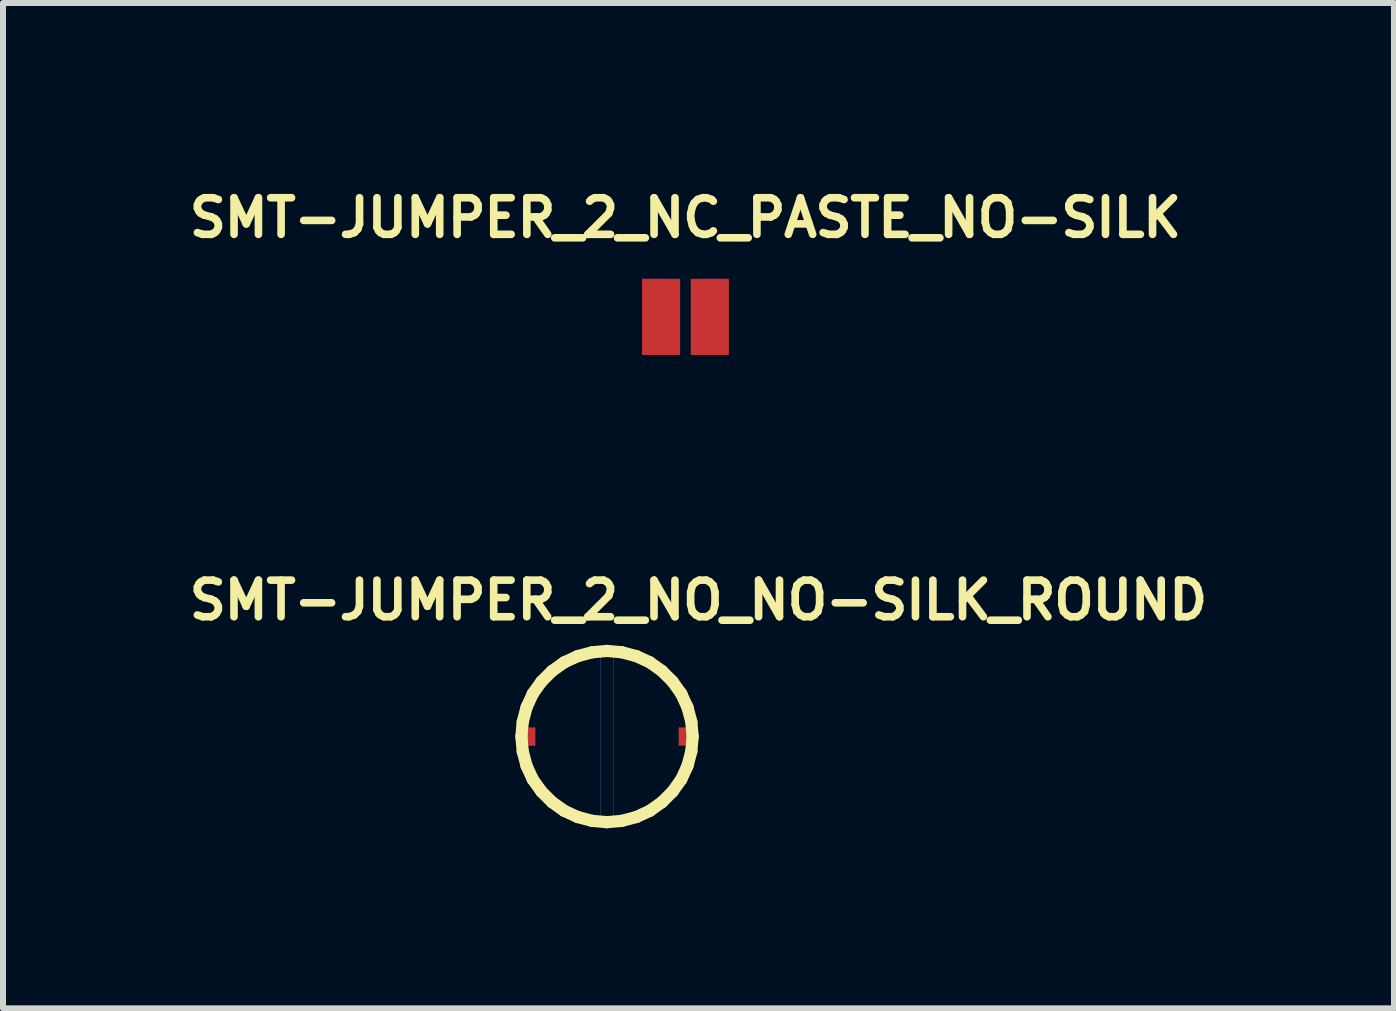
<source format=kicad_pcb>
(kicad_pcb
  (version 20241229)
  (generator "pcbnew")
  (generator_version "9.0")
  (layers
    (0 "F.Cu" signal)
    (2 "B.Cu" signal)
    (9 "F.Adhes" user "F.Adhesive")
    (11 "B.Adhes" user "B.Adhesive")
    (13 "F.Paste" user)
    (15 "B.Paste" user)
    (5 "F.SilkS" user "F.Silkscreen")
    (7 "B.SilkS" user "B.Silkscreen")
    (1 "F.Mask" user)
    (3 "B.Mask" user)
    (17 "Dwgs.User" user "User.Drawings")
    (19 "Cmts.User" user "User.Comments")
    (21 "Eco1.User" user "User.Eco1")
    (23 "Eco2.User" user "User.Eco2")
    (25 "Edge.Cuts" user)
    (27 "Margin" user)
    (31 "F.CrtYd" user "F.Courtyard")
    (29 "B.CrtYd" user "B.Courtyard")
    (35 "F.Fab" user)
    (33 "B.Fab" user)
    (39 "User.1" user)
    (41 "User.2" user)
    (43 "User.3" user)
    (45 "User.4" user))
  (footprint "SMT-JUMPER_2_NC_PASTE_NO-SILK"
    (layer "F.Cu")
    (at 8.374 2.231)
    (property "Reference" "SMT-JUMPER_2_NC_PASTE_NO-SILK" (at 0 -1.651 0) (layer "F.SilkS") (effects (font (size 0.61 0.61) (thickness 0.127))))
    (attr smd)
    (fp_line (start -1.016 -0.889) (end 1.016 -0.889) (stroke (width 0.508) (type solid)) (layer "F.Paste"))
    (fp_line (start -1.016 -0.381) (end 1.016 -0.381) (stroke (width 0.508) (type solid)) (layer "F.Paste"))
    (fp_line (start -1.016 0.127) (end 1.016 0.127) (stroke (width 0.508) (type solid)) (layer "F.Paste"))
    (fp_line (start -1.016 0.635) (end 1.016 0.635) (stroke (width 0.508) (type solid)) (layer "F.Paste"))
    (fp_line (start -1.016 0.889) (end -1.016 -0.889) (stroke (width 0.508) (type solid)) (layer "F.Paste"))
    (fp_line (start 1.016 -0.889) (end 1.016 0.889) (stroke (width 0.508) (type solid)) (layer "F.Paste"))
    (fp_line (start 1.016 0.889) (end -1.016 0.889) (stroke (width 0.508) (type solid)) (layer "F.Paste"))
    (pad "1" smd rect (at -0.406 0) (size 0.635 1.27) (layers "F.Cu" "F.Mask" "F.Paste"))
    (pad "2" smd rect (at 0.406 0) (size 0.635 1.27) (layers "F.Cu" "F.Mask" "F.Paste")))
  (footprint "SMT-JUMPER_2_NO_NO-SILK_ROUND"
    (layer "F.Cu")
    (at 7.067 9.226)
    (property "Reference" "SMT-JUMPER_2_NO_NO-SILK_ROUND" (at 1.524 -2.273 0) (layer "F.SilkS") (effects (font (size 0.61 0.61) (thickness 0.127))))
    (attr smd)
    (fp_line (start -1.379 0) (end -1.364 -0.231) (stroke (width 0.005) (type solid)) (layer "B.Cu"))
    (fp_line (start -1.364 -0.231) (end -1.311 -0.457) (stroke (width 0.005) (type solid)) (layer "B.Cu"))
    (fp_line (start -1.364 0.231) (end -1.379 0) (stroke (width 0.005) (type solid)) (layer "B.Cu"))
    (fp_line (start -1.311 -0.457) (end -1.222 -0.673) (stroke (width 0.005) (type solid)) (layer "B.Cu"))
    (fp_line (start -1.311 0.457) (end -1.364 0.231) (stroke (width 0.005) (type solid)) (layer "B.Cu"))
    (fp_line (start -1.222 -0.673) (end -1.097 -0.869) (stroke (width 0.005) (type solid)) (layer "B.Cu"))
    (fp_line (start -1.222 0.673) (end -1.311 0.457) (stroke (width 0.005) (type solid)) (layer "B.Cu"))
    (fp_line (start -1.097 -0.869) (end -0.942 -1.044) (stroke (width 0.005) (type solid)) (layer "B.Cu"))
    (fp_line (start -1.097 0.869) (end -1.222 0.673) (stroke (width 0.005) (type solid)) (layer "B.Cu"))
    (fp_line (start -0.942 -1.044) (end -0.759 -1.191) (stroke (width 0.005) (type solid)) (layer "B.Cu"))
    (fp_line (start -0.942 1.044) (end -1.097 0.869) (stroke (width 0.005) (type solid)) (layer "B.Cu"))
    (fp_line (start -0.759 -1.191) (end -0.559 -1.306) (stroke (width 0.005) (type solid)) (layer "B.Cu"))
    (fp_line (start -0.759 1.191) (end -0.942 1.044) (stroke (width 0.005) (type solid)) (layer "B.Cu"))
    (fp_line (start -0.559 -1.306) (end -0.338 -1.384) (stroke (width 0.005) (type solid)) (layer "B.Cu"))
    (fp_line (start -0.559 1.306) (end -0.759 1.191) (stroke (width 0.005) (type solid)) (layer "B.Cu"))
    (fp_line (start -0.338 -1.384) (end -0.109 -1.427) (stroke (width 0.005) (type solid)) (layer "B.Cu"))
    (fp_line (start -0.338 1.384) (end -0.559 1.306) (stroke (width 0.005) (type solid)) (layer "B.Cu"))
    (fp_line (start -0.109 -1.427) (end -0.109 1.427) (stroke (width 0.005) (type solid)) (layer "B.Cu"))
    (fp_line (start -0.109 1.427) (end -0.338 1.384) (stroke (width 0.005) (type solid)) (layer "B.Cu"))
    (fp_line (start 0.109 -1.427) (end 0.109 1.427) (stroke (width 0.005) (type solid)) (layer "B.Cu"))
    (fp_line (start 0.109 1.427) (end 0.338 1.384) (stroke (width 0.005) (type solid)) (layer "B.Cu"))
    (fp_line (start 0.338 -1.384) (end 0.109 -1.427) (stroke (width 0.005) (type solid)) (layer "B.Cu"))
    (fp_line (start 0.338 1.384) (end 0.559 1.306) (stroke (width 0.005) (type solid)) (layer "B.Cu"))
    (fp_line (start 0.559 -1.306) (end 0.338 -1.384) (stroke (width 0.005) (type solid)) (layer "B.Cu"))
    (fp_line (start 0.559 1.306) (end 0.759 1.191) (stroke (width 0.005) (type solid)) (layer "B.Cu"))
    (fp_line (start 0.759 -1.191) (end 0.559 -1.306) (stroke (width 0.005) (type solid)) (layer "B.Cu"))
    (fp_line (start 0.759 1.191) (end 0.942 1.044) (stroke (width 0.005) (type solid)) (layer "B.Cu"))
    (fp_line (start 0.942 -1.044) (end 0.759 -1.191) (stroke (width 0.005) (type solid)) (layer "B.Cu"))
    (fp_line (start 0.942 1.044) (end 1.097 0.869) (stroke (width 0.005) (type solid)) (layer "B.Cu"))
    (fp_line (start 1.097 -0.869) (end 0.942 -1.044) (stroke (width 0.005) (type solid)) (layer "B.Cu"))
    (fp_line (start 1.097 0.869) (end 1.222 0.673) (stroke (width 0.005) (type solid)) (layer "B.Cu"))
    (fp_line (start 1.222 -0.673) (end 1.097 -0.869) (stroke (width 0.005) (type solid)) (layer "B.Cu"))
    (fp_line (start 1.222 0.673) (end 1.311 0.457) (stroke (width 0.005) (type solid)) (layer "B.Cu"))
    (fp_line (start 1.311 -0.457) (end 1.222 -0.673) (stroke (width 0.005) (type solid)) (layer "B.Cu"))
    (fp_line (start 1.311 0.457) (end 1.364 0.231) (stroke (width 0.005) (type solid)) (layer "B.Cu"))
    (fp_line (start 1.364 -0.231) (end 1.311 -0.457) (stroke (width 0.005) (type solid)) (layer "B.Cu"))
    (fp_line (start 1.364 0.231) (end 1.379 0) (stroke (width 0.005) (type solid)) (layer "B.Cu"))
    (fp_line (start 1.379 0) (end 1.364 -0.231) (stroke (width 0.005) (type solid)) (layer "B.Cu"))
    (fp_line (start -1.427 0) (end -1.405 -0.246) (stroke (width 0.203) (type solid)) (layer "F.SilkS"))
    (fp_line (start -1.405 -0.246) (end -1.341 -0.488) (stroke (width 0.203) (type solid)) (layer "F.SilkS"))
    (fp_line (start -1.405 0.246) (end -1.427 0) (stroke (width 0.203) (type solid)) (layer "F.SilkS"))
    (fp_line (start -1.341 -0.488) (end -1.237 -0.714) (stroke (width 0.203) (type solid)) (layer "F.SilkS"))
    (fp_line (start -1.341 0.488) (end -1.405 0.246) (stroke (width 0.203) (type solid)) (layer "F.SilkS"))
    (fp_line (start -1.237 -0.714) (end -1.092 -0.917) (stroke (width 0.203) (type solid)) (layer "F.SilkS"))
    (fp_line (start -1.237 0.714) (end -1.341 0.488) (stroke (width 0.203) (type solid)) (layer "F.SilkS"))
    (fp_line (start -1.092 -0.917) (end -0.917 -1.092) (stroke (width 0.203) (type solid)) (layer "F.SilkS"))
    (fp_line (start -1.092 0.917) (end -1.237 0.714) (stroke (width 0.203) (type solid)) (layer "F.SilkS"))
    (fp_line (start -0.917 -1.092) (end -0.714 -1.237) (stroke (width 0.203) (type solid)) (layer "F.SilkS"))
    (fp_line (start -0.917 1.092) (end -1.092 0.917) (stroke (width 0.203) (type solid)) (layer "F.SilkS"))
    (fp_line (start -0.714 -1.237) (end -0.488 -1.341) (stroke (width 0.203) (type solid)) (layer "F.SilkS"))
    (fp_line (start -0.714 1.237) (end -0.917 1.092) (stroke (width 0.203) (type solid)) (layer "F.SilkS"))
    (fp_line (start -0.488 -1.341) (end -0.246 -1.405) (stroke (width 0.203) (type solid)) (layer "F.SilkS"))
    (fp_line (start -0.488 1.341) (end -0.714 1.237) (stroke (width 0.203) (type solid)) (layer "F.SilkS"))
    (fp_line (start -0.246 -1.405) (end 0 -1.427) (stroke (width 0.203) (type solid)) (layer "F.SilkS"))
    (fp_line (start -0.246 1.405) (end -0.488 1.341) (stroke (width 0.203) (type solid)) (layer "F.SilkS"))
    (fp_line (start 0 -1.427) (end 0.246 -1.405) (stroke (width 0.203) (type solid)) (layer "F.SilkS"))
    (fp_line (start 0 1.427) (end -0.246 1.405) (stroke (width 0.203) (type solid)) (layer "F.SilkS"))
    (fp_line (start 0.246 -1.405) (end 0.488 -1.341) (stroke (width 0.203) (type solid)) (layer "F.SilkS"))
    (fp_line (start 0.246 1.405) (end 0 1.427) (stroke (width 0.203) (type solid)) (layer "F.SilkS"))
    (fp_line (start 0.488 -1.341) (end 0.714 -1.237) (stroke (width 0.203) (type solid)) (layer "F.SilkS"))
    (fp_line (start 0.488 1.341) (end 0.246 1.405) (stroke (width 0.203) (type solid)) (layer "F.SilkS"))
    (fp_line (start 0.714 -1.237) (end 0.917 -1.092) (stroke (width 0.203) (type solid)) (layer "F.SilkS"))
    (fp_line (start 0.714 1.237) (end 0.488 1.341) (stroke (width 0.203) (type solid)) (layer "F.SilkS"))
    (fp_line (start 0.917 -1.092) (end 1.092 -0.917) (stroke (width 0.203) (type solid)) (layer "F.SilkS"))
    (fp_line (start 0.917 1.092) (end 0.714 1.237) (stroke (width 0.203) (type solid)) (layer "F.SilkS"))
    (fp_line (start 1.092 -0.917) (end 1.237 -0.714) (stroke (width 0.203) (type solid)) (layer "F.SilkS"))
    (fp_line (start 1.092 0.917) (end 0.917 1.092) (stroke (width 0.203) (type solid)) (layer "F.SilkS"))
    (fp_line (start 1.237 -0.714) (end 1.341 -0.488) (stroke (width 0.203) (type solid)) (layer "F.SilkS"))
    (fp_line (start 1.237 0.714) (end 1.092 0.917) (stroke (width 0.203) (type solid)) (layer "F.SilkS"))
    (fp_line (start 1.341 -0.488) (end 1.405 -0.246) (stroke (width 0.203) (type solid)) (layer "F.SilkS"))
    (fp_line (start 1.341 0.488) (end 1.237 0.714) (stroke (width 0.203) (type solid)) (layer "F.SilkS"))
    (fp_line (start 1.405 -0.246) (end 1.427 0) (stroke (width 0.203) (type solid)) (layer "F.SilkS"))
    (fp_line (start 1.405 0.246) (end 1.341 0.488) (stroke (width 0.203) (type solid)) (layer "F.SilkS"))
    (fp_line (start 1.427 0) (end 1.405 0.246) (stroke (width 0.203) (type solid)) (layer "F.SilkS"))
    (pad "1" smd rect (at -1.27 0 270) (size 0.305 0.152) (layers "F.Cu" "F.Mask" "F.Paste"))
    (pad "2" smd rect (at 1.27 0 90) (size 0.305 0.152) (layers "F.Cu" "F.Mask" "F.Paste")))
  (gr_rect
    (start -3 -3)
    (end 20.183 13.755)
    (stroke (width 0.1) (type default))
    (fill no)
    (layer "Edge.Cuts")))
</source>
